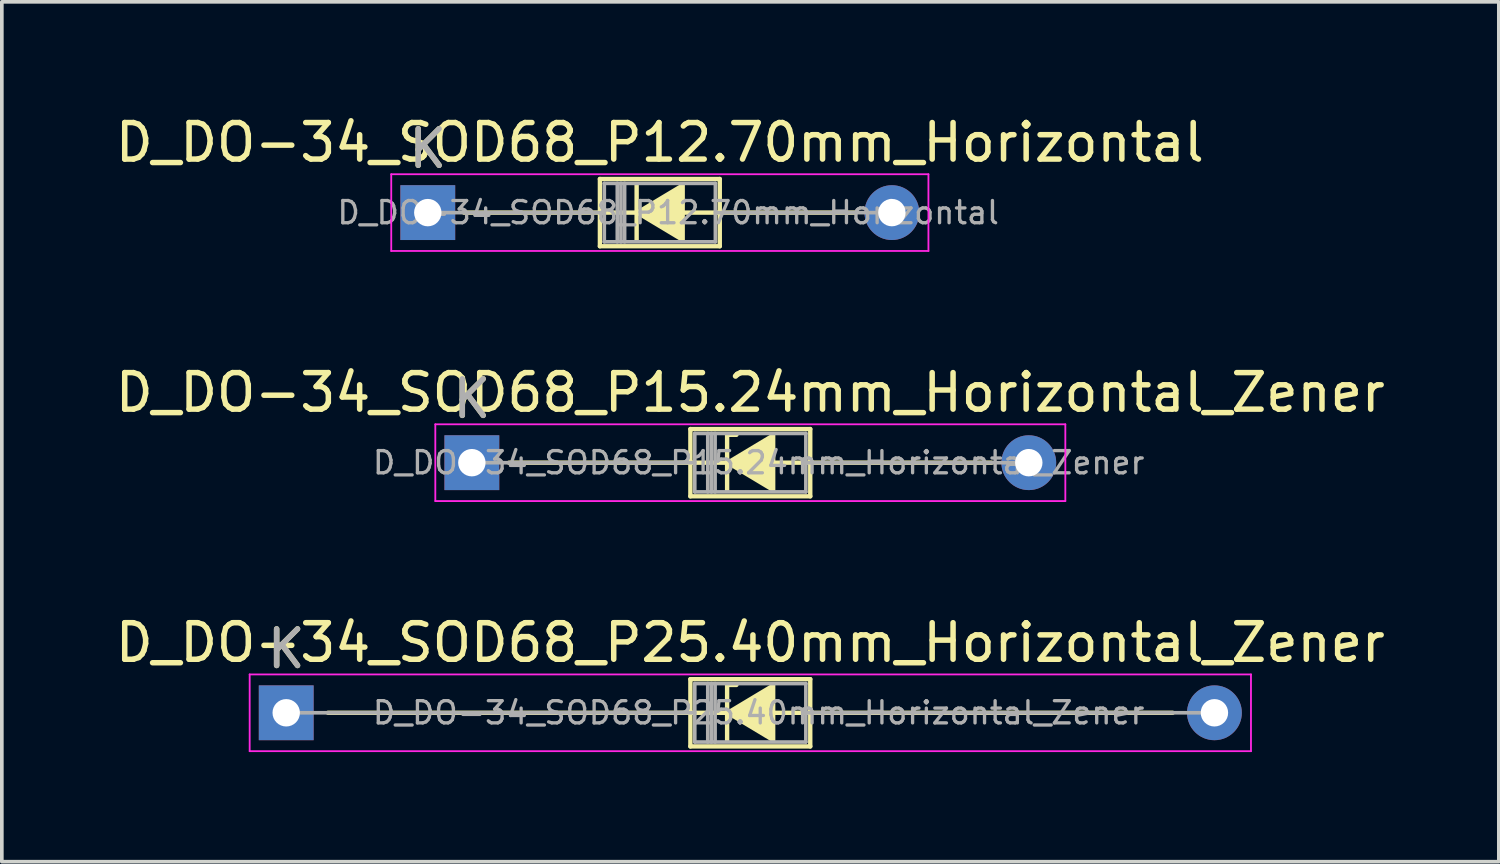
<source format=kicad_pcb>
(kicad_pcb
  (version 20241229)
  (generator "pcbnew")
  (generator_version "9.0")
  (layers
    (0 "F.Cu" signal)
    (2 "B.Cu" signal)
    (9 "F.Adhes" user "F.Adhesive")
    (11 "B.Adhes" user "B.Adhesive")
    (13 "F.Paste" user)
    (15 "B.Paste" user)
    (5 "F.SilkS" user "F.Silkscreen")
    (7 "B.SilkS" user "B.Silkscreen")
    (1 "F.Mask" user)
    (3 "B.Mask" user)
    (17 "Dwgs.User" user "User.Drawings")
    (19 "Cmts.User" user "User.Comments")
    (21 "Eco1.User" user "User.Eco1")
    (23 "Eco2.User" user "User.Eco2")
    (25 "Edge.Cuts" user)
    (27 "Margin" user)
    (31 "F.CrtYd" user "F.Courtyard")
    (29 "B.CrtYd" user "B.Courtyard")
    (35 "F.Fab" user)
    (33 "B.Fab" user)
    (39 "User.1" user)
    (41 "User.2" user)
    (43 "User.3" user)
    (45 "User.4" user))
  (footprint "D_DO-34_SOD68_P12.70mm_Horizontal"
    (layer "F.Cu")
    (at 8.656 2.768)
    (property "Reference" "D_DO-34_SOD68_P12.70mm_Horizontal" (at 6.35 -1.92 0) (layer "F.SilkS") (effects (font (size 1 1) (thickness 0.15))))
    (attr through_hole)
    (fp_line (start 0.99 0) (end 4.71 0) (stroke (width 0.12) (type solid)) (layer "F.SilkS"))
    (fp_line (start 4.71 -0.92) (end 4.71 0.92) (stroke (width 0.12) (type solid)) (layer "F.SilkS"))
    (fp_line (start 4.71 0.92) (end 7.99 0.92) (stroke (width 0.12) (type solid)) (layer "F.SilkS"))
    (fp_line (start 5.715 -0.762) (end 5.715 0.762) (stroke (width 0.12) (type solid)) (layer "F.SilkS"))
    (fp_line (start 5.8 0) (end 4.71 0) (stroke (width 0.12) (type solid)) (layer "F.SilkS"))
    (fp_line (start 6.985 0) (end 7.99 0) (stroke (width 0.12) (type solid)) (layer "F.SilkS"))
    (fp_line (start 7.99 -0.92) (end 4.71 -0.92) (stroke (width 0.12) (type solid)) (layer "F.SilkS"))
    (fp_line (start 7.99 0.92) (end 7.99 -0.92) (stroke (width 0.12) (type solid)) (layer "F.SilkS"))
    (fp_line (start 11.71 0) (end 7.99 0) (stroke (width 0.12) (type solid)) (layer "F.SilkS"))
    (fp_poly (pts (xy 6.985 0.762) (xy 5.715 0) (xy 6.985 -0.762)) (stroke (width 0.1) (type solid)) (fill yes) (layer "F.SilkS"))
    (fp_line (start -1 -1.05) (end -1 1.05) (stroke (width 0.05) (type solid)) (layer "F.CrtYd"))
    (fp_line (start -1 1.05) (end 13.7 1.05) (stroke (width 0.05) (type solid)) (layer "F.CrtYd"))
    (fp_line (start 13.7 -1.05) (end -1 -1.05) (stroke (width 0.05) (type solid)) (layer "F.CrtYd"))
    (fp_line (start 13.7 1.05) (end 13.7 -1.05) (stroke (width 0.05) (type solid)) (layer "F.CrtYd"))
    (fp_line (start 0 0) (end 4.83 0) (stroke (width 0.1) (type solid)) (layer "F.Fab"))
    (fp_line (start 4.83 -0.8) (end 4.83 0.8) (stroke (width 0.1) (type solid)) (layer "F.Fab"))
    (fp_line (start 4.83 0.8) (end 7.87 0.8) (stroke (width 0.1) (type solid)) (layer "F.Fab"))
    (fp_line (start 5.186 -0.8) (end 5.186 0.8) (stroke (width 0.1) (type solid)) (layer "F.Fab"))
    (fp_line (start 5.286 -0.8) (end 5.286 0.8) (stroke (width 0.1) (type solid)) (layer "F.Fab"))
    (fp_line (start 5.386 -0.8) (end 5.386 0.8) (stroke (width 0.1) (type solid)) (layer "F.Fab"))
    (fp_line (start 7.87 -0.8) (end 4.83 -0.8) (stroke (width 0.1) (type solid)) (layer "F.Fab"))
    (fp_line (start 7.87 0.8) (end 7.87 -0.8) (stroke (width 0.1) (type solid)) (layer "F.Fab"))
    (fp_line (start 12.7 0) (end 7.87 0) (stroke (width 0.1) (type solid)) (layer "F.Fab"))
    (fp_text user "K" (at 0 -1.75 0) (layer "F.SilkS") (effects (font (size 1 1) (thickness 0.15))))
    (fp_text user "K" (at 0 -1.75 0) (layer "F.Fab") (effects (font (size 1 1) (thickness 0.15))))
    (fp_text user "${REFERENCE}" (at 6.578 0 0) (layer "F.Fab") (effects (font (size 0.608 0.608) (thickness 0.091))))
    (pad "1" thru_hole rect (at 0 0) (size 1.5 1.5) (drill 0.75) (layers "*.Cu" "*.Mask"))
    (pad "2" thru_hole oval (at 12.7 0) (size 1.5 1.5) (drill 0.75) (layers "*.Cu" "*.Mask")))
  (footprint "D_DO-34_SOD68_P15.24mm_Horizontal_Zener"
    (layer "F.Cu")
    (at 9.862 9.611)
    (property "Reference" "D_DO-34_SOD68_P15.24mm_Horizontal_Zener" (at 7.62 -1.92 0) (layer "F.SilkS") (effects (font (size 1 1) (thickness 0.15))))
    (attr through_hole)
    (fp_line (start 1.016 0) (end 5.98 0) (stroke (width 0.12) (type solid)) (layer "F.SilkS"))
    (fp_line (start 5.98 -0.92) (end 5.98 0.92) (stroke (width 0.12) (type solid)) (layer "F.SilkS"))
    (fp_line (start 5.98 0.92) (end 9.26 0.92) (stroke (width 0.12) (type solid)) (layer "F.SilkS"))
    (fp_line (start 6.985 -0.762) (end 6.985 0.762) (stroke (width 0.12) (type solid)) (layer "F.SilkS"))
    (fp_line (start 6.985 -0.762) (end 7.239 -0.762) (stroke (width 0.12) (type solid)) (layer "F.SilkS"))
    (fp_line (start 7.07 0) (end 5.969 0) (stroke (width 0.12) (type solid)) (layer "F.SilkS"))
    (fp_line (start 8.255 0) (end 9.271 0) (stroke (width 0.12) (type solid)) (layer "F.SilkS"))
    (fp_line (start 9.26 -0.92) (end 5.98 -0.92) (stroke (width 0.12) (type solid)) (layer "F.SilkS"))
    (fp_line (start 9.26 0.92) (end 9.26 -0.92) (stroke (width 0.12) (type solid)) (layer "F.SilkS"))
    (fp_line (start 14.224 0) (end 9.26 0) (stroke (width 0.12) (type solid)) (layer "F.SilkS"))
    (fp_poly (pts (xy 8.255 0.762) (xy 6.985 0) (xy 8.255 -0.762)) (stroke (width 0.1) (type solid)) (fill yes) (layer "F.SilkS"))
    (fp_line (start -1 -1.05) (end -1 1.05) (stroke (width 0.05) (type solid)) (layer "F.CrtYd"))
    (fp_line (start -1 1.05) (end 16.24 1.05) (stroke (width 0.05) (type solid)) (layer "F.CrtYd"))
    (fp_line (start 16.24 -1.05) (end -1 -1.05) (stroke (width 0.05) (type solid)) (layer "F.CrtYd"))
    (fp_line (start 16.24 1.05) (end 16.24 -1.05) (stroke (width 0.05) (type solid)) (layer "F.CrtYd"))
    (fp_line (start 0 0) (end 6.1 0) (stroke (width 0.1) (type solid)) (layer "F.Fab"))
    (fp_line (start 6.1 -0.8) (end 6.1 0.8) (stroke (width 0.1) (type solid)) (layer "F.Fab"))
    (fp_line (start 6.1 0.8) (end 9.14 0.8) (stroke (width 0.1) (type solid)) (layer "F.Fab"))
    (fp_line (start 6.456 -0.8) (end 6.456 0.8) (stroke (width 0.1) (type solid)) (layer "F.Fab"))
    (fp_line (start 6.556 -0.8) (end 6.556 0.8) (stroke (width 0.1) (type solid)) (layer "F.Fab"))
    (fp_line (start 6.656 -0.8) (end 6.656 0.8) (stroke (width 0.1) (type solid)) (layer "F.Fab"))
    (fp_line (start 9.14 -0.8) (end 6.1 -0.8) (stroke (width 0.1) (type solid)) (layer "F.Fab"))
    (fp_line (start 9.14 0.8) (end 9.14 -0.8) (stroke (width 0.1) (type solid)) (layer "F.Fab"))
    (fp_line (start 15.24 0) (end 9.14 0) (stroke (width 0.1) (type solid)) (layer "F.Fab"))
    (fp_text user "K" (at 0 -1.75 0) (layer "F.SilkS") (effects (font (size 1 1) (thickness 0.15))))
    (fp_text user "K" (at 0 -1.75 0) (layer "F.Fab") (effects (font (size 1 1) (thickness 0.15))))
    (fp_text user "${REFERENCE}" (at 7.848 0 0) (layer "F.Fab") (effects (font (size 0.608 0.608) (thickness 0.091))))
    (pad "1" thru_hole rect (at 0 0) (size 1.5 1.5) (drill 0.75) (layers "*.Cu" "*.Mask"))
    (pad "2" thru_hole oval (at 15.24 0) (size 1.5 1.5) (drill 0.75) (layers "*.Cu" "*.Mask")))
  (footprint "D_DO-34_SOD68_P25.40mm_Horizontal_Zener"
    (layer "F.Cu")
    (at 4.782 16.455)
    (property "Reference" "D_DO-34_SOD68_P25.40mm_Horizontal_Zener" (at 12.7 -1.92 0) (layer "F.SilkS") (effects (font (size 1 1) (thickness 0.15))))
    (attr through_hole)
    (fp_line (start 1.143 0) (end 11.06 0) (stroke (width 0.12) (type solid)) (layer "F.SilkS"))
    (fp_line (start 11.06 -0.92) (end 11.06 0.92) (stroke (width 0.12) (type solid)) (layer "F.SilkS"))
    (fp_line (start 11.06 0.92) (end 14.34 0.92) (stroke (width 0.12) (type solid)) (layer "F.SilkS"))
    (fp_line (start 12.065 -0.762) (end 12.065 0.762) (stroke (width 0.12) (type solid)) (layer "F.SilkS"))
    (fp_line (start 12.065 -0.762) (end 12.319 -0.762) (stroke (width 0.12) (type solid)) (layer "F.SilkS"))
    (fp_line (start 12.15 0) (end 11.049 0) (stroke (width 0.12) (type solid)) (layer "F.SilkS"))
    (fp_line (start 13.335 0) (end 14.351 0) (stroke (width 0.12) (type solid)) (layer "F.SilkS"))
    (fp_line (start 14.34 -0.92) (end 11.06 -0.92) (stroke (width 0.12) (type solid)) (layer "F.SilkS"))
    (fp_line (start 14.34 0.92) (end 14.34 -0.92) (stroke (width 0.12) (type solid)) (layer "F.SilkS"))
    (fp_line (start 24.257 0) (end 14.34 0) (stroke (width 0.12) (type solid)) (layer "F.SilkS"))
    (fp_poly (pts (xy 13.335 0.762) (xy 12.065 0) (xy 13.335 -0.762)) (stroke (width 0.1) (type solid)) (fill yes) (layer "F.SilkS"))
    (fp_line (start -1 -1.05) (end -1 1.05) (stroke (width 0.05) (type solid)) (layer "F.CrtYd"))
    (fp_line (start -1 1.05) (end 26.4 1.05) (stroke (width 0.05) (type solid)) (layer "F.CrtYd"))
    (fp_line (start 26.4 -1.05) (end -1 -1.05) (stroke (width 0.05) (type solid)) (layer "F.CrtYd"))
    (fp_line (start 26.4 1.05) (end 26.4 -1.05) (stroke (width 0.05) (type solid)) (layer "F.CrtYd"))
    (fp_line (start 0 0) (end 11.18 0) (stroke (width 0.1) (type solid)) (layer "F.Fab"))
    (fp_line (start 11.18 -0.8) (end 11.18 0.8) (stroke (width 0.1) (type solid)) (layer "F.Fab"))
    (fp_line (start 11.18 0.8) (end 14.22 0.8) (stroke (width 0.1) (type solid)) (layer "F.Fab"))
    (fp_line (start 11.536 -0.8) (end 11.536 0.8) (stroke (width 0.1) (type solid)) (layer "F.Fab"))
    (fp_line (start 11.636 -0.8) (end 11.636 0.8) (stroke (width 0.1) (type solid)) (layer "F.Fab"))
    (fp_line (start 11.736 -0.8) (end 11.736 0.8) (stroke (width 0.1) (type solid)) (layer "F.Fab"))
    (fp_line (start 14.22 -0.8) (end 11.18 -0.8) (stroke (width 0.1) (type solid)) (layer "F.Fab"))
    (fp_line (start 14.22 0.8) (end 14.22 -0.8) (stroke (width 0.1) (type solid)) (layer "F.Fab"))
    (fp_line (start 25.4 0) (end 14.22 0) (stroke (width 0.1) (type solid)) (layer "F.Fab"))
    (fp_text user "K" (at 0 -1.75 0) (layer "F.SilkS") (effects (font (size 1 1) (thickness 0.15))))
    (fp_text user "${REFERENCE}" (at 12.928 0 0) (layer "F.Fab") (effects (font (size 0.608 0.608) (thickness 0.091))))
    (fp_text user "K" (at 0 -1.75 0) (layer "F.Fab") (effects (font (size 1 1) (thickness 0.15))))
    (pad "1" thru_hole rect (at 0 0) (size 1.5 1.5) (drill 0.75) (layers "*.Cu" "*.Mask"))
    (pad "2" thru_hole oval (at 25.4 0) (size 1.5 1.5) (drill 0.75) (layers "*.Cu" "*.Mask")))
  (gr_rect
    (start -3 -3)
    (end 37.964 20.53)
    (stroke (width 0.1) (type default))
    (fill no)
    (layer "Edge.Cuts")))
</source>
